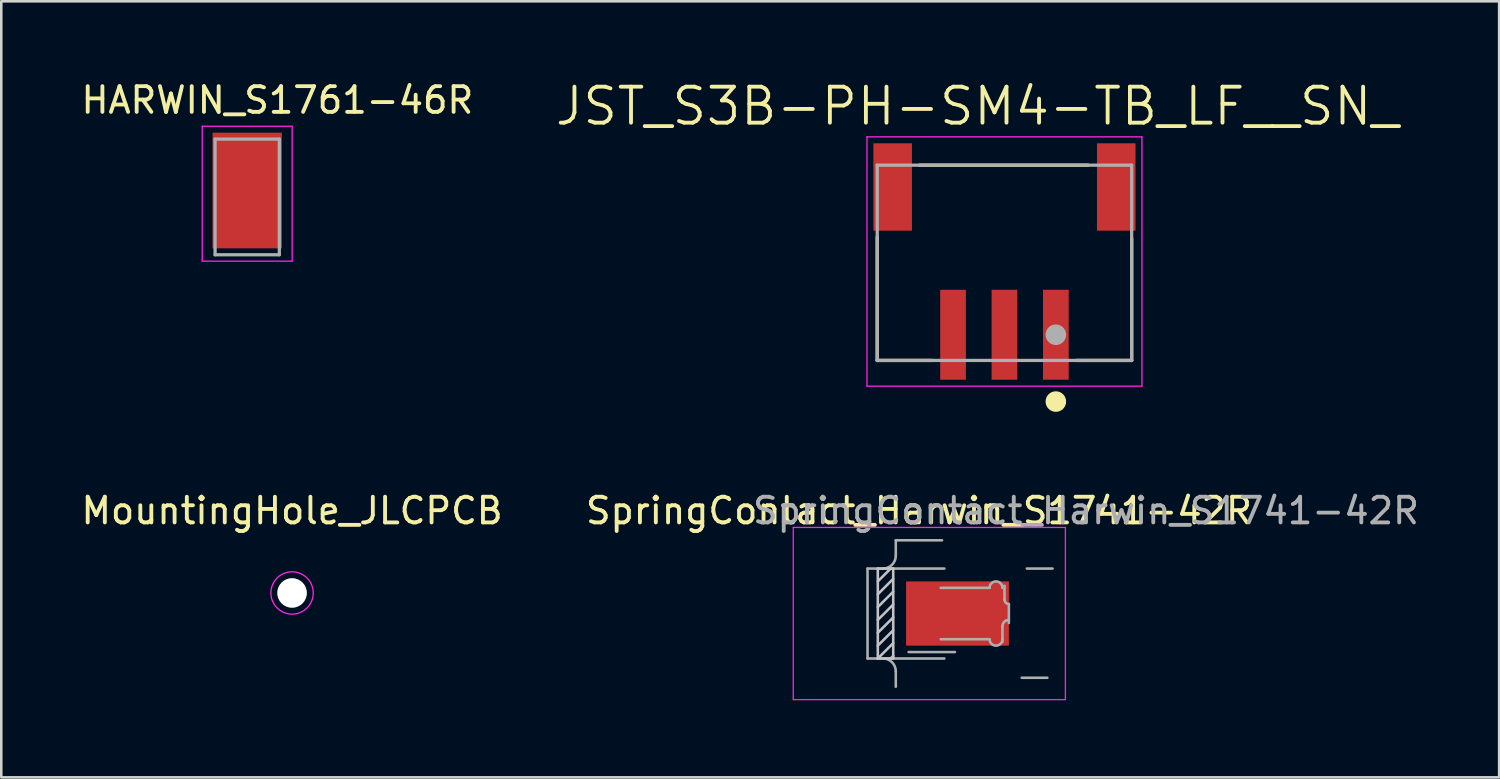
<source format=kicad_pcb>
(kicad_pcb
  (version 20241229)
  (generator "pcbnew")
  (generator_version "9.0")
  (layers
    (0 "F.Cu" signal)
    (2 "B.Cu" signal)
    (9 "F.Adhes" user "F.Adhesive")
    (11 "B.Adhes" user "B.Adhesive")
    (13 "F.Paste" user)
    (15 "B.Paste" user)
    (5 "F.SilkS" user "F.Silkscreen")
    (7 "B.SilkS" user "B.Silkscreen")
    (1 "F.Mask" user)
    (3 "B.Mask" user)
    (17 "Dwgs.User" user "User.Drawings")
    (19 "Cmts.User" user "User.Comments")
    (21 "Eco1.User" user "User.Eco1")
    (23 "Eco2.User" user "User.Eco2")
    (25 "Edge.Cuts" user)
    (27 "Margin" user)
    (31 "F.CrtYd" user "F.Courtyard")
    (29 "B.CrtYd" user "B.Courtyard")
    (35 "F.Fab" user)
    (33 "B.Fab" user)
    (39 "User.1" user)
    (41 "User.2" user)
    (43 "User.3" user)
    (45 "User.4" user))
  (footprint "HARWIN_S1761-46R"
    (layer "F.Cu")
    (at 6.569 4.363)
    (property "Reference" "HARWIN_S1761-46R" (at 1.175 -3.515 0) (layer "F.SilkS") (effects (font (size 1 1) (thickness 0.15))))
    (attr smd)
    (fp_line (start -1.75 -2.5) (end -1.75 2.75) (stroke (width 0.05) (type solid)) (layer "F.CrtYd"))
    (fp_line (start -1.75 2.75) (end 1.75 2.75) (stroke (width 0.05) (type solid)) (layer "F.CrtYd"))
    (fp_line (start 1.75 -2.5) (end -1.75 -2.5) (stroke (width 0.05) (type solid)) (layer "F.CrtYd"))
    (fp_line (start 1.75 2.75) (end 1.75 -2.5) (stroke (width 0.05) (type solid)) (layer "F.CrtYd"))
    (fp_line (start -1.25 -2) (end 1.25 -2) (stroke (width 0.127) (type solid)) (layer "F.Fab"))
    (fp_line (start -1.25 2.5) (end -1.25 -2) (stroke (width 0.127) (type solid)) (layer "F.Fab"))
    (fp_line (start 1.25 -2) (end 1.25 2.5) (stroke (width 0.127) (type solid)) (layer "F.Fab"))
    (fp_line (start 1.25 2.5) (end -1.25 2.5) (stroke (width 0.127) (type solid)) (layer "F.Fab"))
    (pad "1" smd rect (at 0 0) (size 2.7 4.5) (layers "F.Cu" "F.Mask" "F.Paste")))
  (footprint "SpringContact_Harwin_S1741-42R"
    (layer "F.Cu")
    (at 35.208 20.824)
    (property "Reference" "SpringContact_Harwin_S1741-42R" (at -2.5 -4 0) (layer "F.SilkS") (effects (font (size 1 1) (thickness 0.15))))
    (attr smd)
    (fp_line (start -4.1 -1.75) (end -4.1 1.75) (stroke (width 0.1) (type solid)) (layer "Dwgs.User"))
    (fp_line (start -4.1 -0.75) (end -3.5 -1.35) (stroke (width 0.1) (type solid)) (layer "Dwgs.User"))
    (fp_line (start -4.1 0.25) (end -3.5 -0.35) (stroke (width 0.1) (type solid)) (layer "Dwgs.User"))
    (fp_line (start -4.1 1.25) (end -3.5 0.65) (stroke (width 0.1) (type solid)) (layer "Dwgs.User"))
    (fp_line (start -4.1 1.75) (end -3.5 1.75) (stroke (width 0.1) (type solid)) (layer "Dwgs.User"))
    (fp_line (start -3.6 -1.75) (end -4.1 -1.25) (stroke (width 0.1) (type solid)) (layer "Dwgs.User"))
    (fp_line (start -3.5 -1.75) (end -4.1 -1.75) (stroke (width 0.1) (type solid)) (layer "Dwgs.User"))
    (fp_line (start -3.5 -0.85) (end -4.1 -0.25) (stroke (width 0.1) (type solid)) (layer "Dwgs.User"))
    (fp_line (start -3.5 0.15) (end -4.1 0.75) (stroke (width 0.1) (type solid)) (layer "Dwgs.User"))
    (fp_line (start -3.5 1.15) (end -4.1 1.75) (stroke (width 0.1) (type solid)) (layer "Dwgs.User"))
    (fp_line (start -3.5 1.65) (end -3.6 1.75) (stroke (width 0.1) (type solid)) (layer "Dwgs.User"))
    (fp_line (start -3.5 1.75) (end -3.5 -1.75) (stroke (width 0.1) (type solid)) (layer "Dwgs.User"))
    (fp_line (start -7.39 -3.35) (end 3.2 -3.35) (stroke (width 0.05) (type solid)) (layer "F.CrtYd"))
    (fp_line (start -7.39 3.35) (end -7.39 -3.35) (stroke (width 0.05) (type solid)) (layer "F.CrtYd"))
    (fp_line (start 3.2 -3.35) (end 3.2 3.35) (stroke (width 0.05) (type solid)) (layer "F.CrtYd"))
    (fp_line (start 3.2 3.35) (end -7.39 3.35) (stroke (width 0.05) (type solid)) (layer "F.CrtYd"))
    (fp_line (start -4.5 -1.75) (end -1.51 -1.75) (stroke (width 0.1) (type solid)) (layer "F.Fab"))
    (fp_line (start -4.5 1.75) (end -4.5 -1.75) (stroke (width 0.1) (type solid)) (layer "F.Fab"))
    (fp_line (start -4.5 1.75) (end -1.51 1.75) (stroke (width 0.1) (type solid)) (layer "F.Fab"))
    (fp_line (start -3.4 -2.25) (end -3.4 -2.85) (stroke (width 0.1) (type solid)) (layer "F.Fab"))
    (fp_line (start -3.4 2.25) (end -3.4 2.85) (stroke (width 0.1) (type solid)) (layer "F.Fab"))
    (fp_line (start -1.65 -1) (end 0.25 -1) (stroke (width 0.1) (type solid)) (layer "F.Fab"))
    (fp_line (start -1.65 1) (end 0.25 1) (stroke (width 0.1) (type solid)) (layer "F.Fab"))
    (fp_line (start -1.6 -2.85) (end -3.4 -2.85) (stroke (width 0.1) (type solid)) (layer "F.Fab"))
    (fp_line (start -1.1 1.5) (end -2.9 1.5) (stroke (width 0.1) (type solid)) (layer "F.Fab"))
    (fp_line (start 0.75 0.5) (end 0.75 1.1) (stroke (width 0.1) (type solid)) (layer "F.Fab"))
    (fp_line (start 0.83 -0.54) (end 0.83 -1.08) (stroke (width 0.1) (type solid)) (layer "F.Fab"))
    (fp_line (start 1 -0.37) (end 1 0.37) (stroke (width 0.1) (type solid)) (layer "F.Fab"))
    (fp_line (start 1.5 2.5) (end 2.5 2.5) (stroke (width 0.1) (type solid)) (layer "F.Fab"))
    (fp_line (start 1.7 -1.75) (end 2.7 -1.75) (stroke (width 0.1) (type solid)) (layer "F.Fab"))
    (fp_arc (start -3.9 1.75) (mid -3.546447 1.896447) (end -3.4 2.25) (stroke (width 0.1) (type solid)) (layer "F.Fab"))
    (fp_arc (start -3.4 -2.25) (mid -3.546447 -1.896447) (end -3.9 -1.75) (stroke (width 0.1) (type solid)) (layer "F.Fab"))
    (fp_arc (start 0.25 -1) (mid 0.5 -1.25) (end 0.75 -1) (stroke (width 0.1) (type solid)) (layer "F.Fab"))
    (fp_arc (start 0.75 0.5) (mid 0.823223 0.323223) (end 1 0.25) (stroke (width 0.1) (type solid)) (layer "F.Fab"))
    (fp_arc (start 0.75 1) (mid 0.5 1.25) (end 0.25 1) (stroke (width 0.1) (type solid)) (layer "F.Fab"))
    (fp_arc (start 1 -0.37) (mid 0.879792 -0.419792) (end 0.83 -0.54) (stroke (width 0.1) (type solid)) (layer "F.Fab"))
    (fp_text user "${REFERENCE}" (at 4 -4 0) (layer "F.Fab") (effects (font (size 1 1) (thickness 0.15))))
    (pad "1" smd rect (at -1 0) (size 4 2.5) (layers "F.Cu" "F.Mask" "F.Paste")))
  (footprint "MountingHole_JLCPCB"
    (layer "F.Cu")
    (at 8.315 20.024)
    (property "Reference" "MountingHole_JLCPCB" (at 0 -3.2 0) (layer "F.SilkS") (effects (font (size 1 1) (thickness 0.15))))
    (attr exclude_from_pos_files exclude_from_bom)
    (fp_circle (center 0 0) (end 0.824 0) (stroke (width 0.05) (type solid)) (fill no) (layer "F.CrtYd"))
    (pad "" np_thru_hole circle (at 0 0) (size 1.152 1.152) (drill 1.152) (layers "*.Cu" "*.Mask")))
  (footprint "JST_S3B-PH-SM4-TB_LF__SN_"
    (layer "F.Cu")
    (at 36.036 9.976)
    (property "Reference" "JST_S3B-PH-SM4-TB_LF__SN_" (at -1.055 -8.893 0) (layer "F.SilkS") (effects (font (size 1.401 1.401) (thickness 0.15))))
    (attr smd)
    (fp_line (start -4.95 -3.8) (end -4.95 1) (stroke (width 0.127) (type solid)) (layer "F.SilkS"))
    (fp_line (start -4.95 1) (end -2.8 1) (stroke (width 0.127) (type solid)) (layer "F.SilkS"))
    (fp_line (start -3.3 -6.6) (end 3.25 -6.6) (stroke (width 0.127) (type solid)) (layer "F.SilkS"))
    (fp_line (start 2.8 1) (end 4.95 1) (stroke (width 0.127) (type solid)) (layer "F.SilkS"))
    (fp_line (start 4.95 1) (end 4.95 -3.75) (stroke (width 0.127) (type solid)) (layer "F.SilkS"))
    (fp_circle (center 2 2.6) (end 2.2 2.6) (stroke (width 0.4) (type solid)) (fill no) (layer "F.SilkS"))
    (fp_line (start -5.35 -7.7) (end 5.35 -7.7) (stroke (width 0.05) (type solid)) (layer "F.CrtYd"))
    (fp_line (start -5.35 2) (end -5.35 -7.7) (stroke (width 0.05) (type solid)) (layer "F.CrtYd"))
    (fp_line (start 5.35 -7.7) (end 5.35 2) (stroke (width 0.05) (type solid)) (layer "F.CrtYd"))
    (fp_line (start 5.35 2) (end -5.35 2) (stroke (width 0.05) (type solid)) (layer "F.CrtYd"))
    (fp_line (start -4.95 -6.6) (end -4.95 1) (stroke (width 0.127) (type solid)) (layer "F.Fab"))
    (fp_line (start -4.95 1) (end 4.95 1) (stroke (width 0.127) (type solid)) (layer "F.Fab"))
    (fp_line (start 4.95 -6.6) (end -4.95 -6.6) (stroke (width 0.127) (type solid)) (layer "F.Fab"))
    (fp_line (start 4.95 1) (end 4.95 -6.6) (stroke (width 0.127) (type solid)) (layer "F.Fab"))
    (fp_circle (center 2 0) (end 2.2 0) (stroke (width 0.4) (type solid)) (fill no) (layer "F.Fab"))
    (pad "1" smd rect (at 2 0) (size 1 3.5) (layers "F.Cu" "F.Mask" "F.Paste"))
    (pad "2" smd rect (at 0 0) (size 1 3.5) (layers "F.Cu" "F.Mask" "F.Paste"))
    (pad "3" smd rect (at -2 0) (size 1 3.5) (layers "F.Cu" "F.Mask" "F.Paste"))
    (pad "P1" smd rect (at -4.35 -5.75) (size 1.5 3.4) (layers "F.Cu" "F.Mask" "F.Paste"))
    (pad "P2" smd rect (at 4.35 -5.75) (size 1.5 3.4) (layers "F.Cu" "F.Mask" "F.Paste")))
  (gr_rect
    (start -3 -3)
    (end 55.286 27.199)
    (stroke (width 0.1) (type default))
    (fill no)
    (layer "Edge.Cuts")))
</source>
